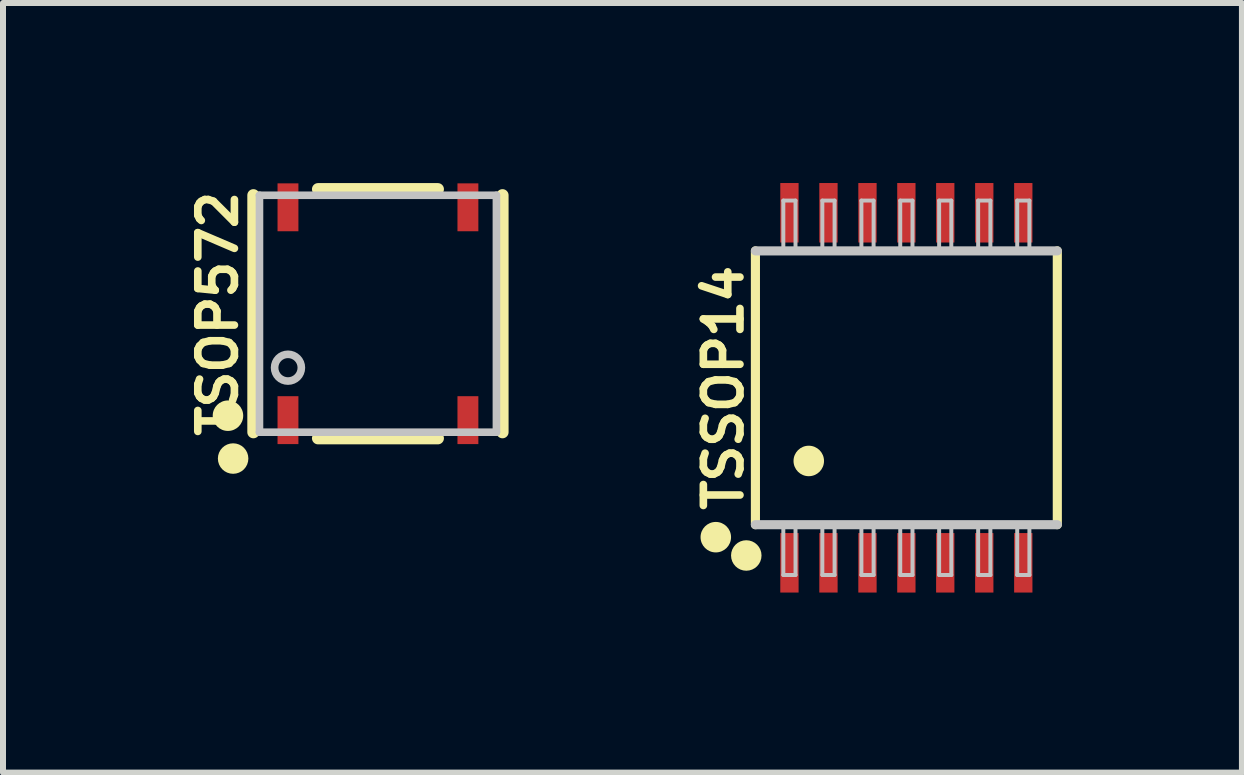
<source format=kicad_pcb>
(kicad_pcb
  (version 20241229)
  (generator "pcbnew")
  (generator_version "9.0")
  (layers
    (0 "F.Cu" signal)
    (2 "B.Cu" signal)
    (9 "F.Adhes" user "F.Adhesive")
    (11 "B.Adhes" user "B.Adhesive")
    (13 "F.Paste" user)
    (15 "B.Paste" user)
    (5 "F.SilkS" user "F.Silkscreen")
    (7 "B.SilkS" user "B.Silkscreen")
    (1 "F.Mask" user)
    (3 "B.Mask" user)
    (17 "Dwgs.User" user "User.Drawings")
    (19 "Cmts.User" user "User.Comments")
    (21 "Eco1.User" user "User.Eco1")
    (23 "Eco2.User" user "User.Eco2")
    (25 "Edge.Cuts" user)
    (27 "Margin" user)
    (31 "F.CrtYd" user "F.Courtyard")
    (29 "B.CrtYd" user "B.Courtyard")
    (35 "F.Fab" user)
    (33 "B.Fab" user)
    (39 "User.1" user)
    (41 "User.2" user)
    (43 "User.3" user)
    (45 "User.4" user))
  (footprint "TSSOP14"
    (layer "F.Cu")
    (at 12.051 3.411)
    (property "Reference" "TSSOP14" (at -3.048 0 90) (layer "F.SilkS") (effects (font (size 0.61 0.61) (thickness 0.127))))
    (attr smd)
    (fp_line (start -2.515 2.281) (end -2.515 -2.281) (stroke (width 0.152) (type solid)) (layer "F.SilkS"))
    (fp_line (start 2.515 -2.281) (end 2.515 2.281) (stroke (width 0.152) (type solid)) (layer "F.SilkS"))
    (fp_circle (center -3.175 2.489) (end -3.175 2.235) (stroke (width 0) (type solid)) (fill yes) (layer "F.SilkS"))
    (fp_circle (center -2.667 2.794) (end -2.54 2.794) (stroke (width 0.254) (type solid)) (fill no) (layer "F.SilkS"))
    (fp_circle (center -1.626 1.219) (end -1.626 0.965) (stroke (width 0) (type solid)) (fill yes) (layer "F.SilkS"))
    (fp_line (start -2.515 2.281) (end 2.515 2.281) (stroke (width 0.152) (type solid)) (layer "Dwgs.User"))
    (fp_line (start -2.05 -3.119) (end -1.847 -3.119) (stroke (width 0.066) (type solid)) (layer "Dwgs.User"))
    (fp_line (start -2.05 -2.281) (end -2.05 -3.119) (stroke (width 0.066) (type solid)) (layer "Dwgs.User"))
    (fp_line (start -2.05 -2.281) (end -1.847 -2.281) (stroke (width 0.066) (type solid)) (layer "Dwgs.User"))
    (fp_line (start -2.05 2.281) (end -1.847 2.281) (stroke (width 0.066) (type solid)) (layer "Dwgs.User"))
    (fp_line (start -2.05 3.119) (end -2.05 2.281) (stroke (width 0.066) (type solid)) (layer "Dwgs.User"))
    (fp_line (start -2.05 3.119) (end -1.847 3.119) (stroke (width 0.066) (type solid)) (layer "Dwgs.User"))
    (fp_line (start -1.847 -2.281) (end -1.847 -3.119) (stroke (width 0.066) (type solid)) (layer "Dwgs.User"))
    (fp_line (start -1.847 3.119) (end -1.847 2.281) (stroke (width 0.066) (type solid)) (layer "Dwgs.User"))
    (fp_line (start -1.4 -3.119) (end -1.196 -3.119) (stroke (width 0.066) (type solid)) (layer "Dwgs.User"))
    (fp_line (start -1.4 -2.281) (end -1.4 -3.119) (stroke (width 0.066) (type solid)) (layer "Dwgs.User"))
    (fp_line (start -1.4 -2.281) (end -1.196 -2.281) (stroke (width 0.066) (type solid)) (layer "Dwgs.User"))
    (fp_line (start -1.4 2.281) (end -1.196 2.281) (stroke (width 0.066) (type solid)) (layer "Dwgs.User"))
    (fp_line (start -1.4 3.119) (end -1.4 2.281) (stroke (width 0.066) (type solid)) (layer "Dwgs.User"))
    (fp_line (start -1.4 3.119) (end -1.196 3.119) (stroke (width 0.066) (type solid)) (layer "Dwgs.User"))
    (fp_line (start -1.196 -2.281) (end -1.196 -3.119) (stroke (width 0.066) (type solid)) (layer "Dwgs.User"))
    (fp_line (start -1.196 3.119) (end -1.196 2.281) (stroke (width 0.066) (type solid)) (layer "Dwgs.User"))
    (fp_line (start -0.749 -3.119) (end -0.546 -3.119) (stroke (width 0.066) (type solid)) (layer "Dwgs.User"))
    (fp_line (start -0.749 -2.281) (end -0.749 -3.119) (stroke (width 0.066) (type solid)) (layer "Dwgs.User"))
    (fp_line (start -0.749 -2.281) (end -0.546 -2.281) (stroke (width 0.066) (type solid)) (layer "Dwgs.User"))
    (fp_line (start -0.749 2.281) (end -0.546 2.281) (stroke (width 0.066) (type solid)) (layer "Dwgs.User"))
    (fp_line (start -0.749 3.119) (end -0.749 2.281) (stroke (width 0.066) (type solid)) (layer "Dwgs.User"))
    (fp_line (start -0.749 3.119) (end -0.546 3.119) (stroke (width 0.066) (type solid)) (layer "Dwgs.User"))
    (fp_line (start -0.546 -2.281) (end -0.546 -3.119) (stroke (width 0.066) (type solid)) (layer "Dwgs.User"))
    (fp_line (start -0.546 3.119) (end -0.546 2.281) (stroke (width 0.066) (type solid)) (layer "Dwgs.User"))
    (fp_line (start -0.102 -3.119) (end 0.102 -3.119) (stroke (width 0.066) (type solid)) (layer "Dwgs.User"))
    (fp_line (start -0.102 -2.281) (end -0.102 -3.119) (stroke (width 0.066) (type solid)) (layer "Dwgs.User"))
    (fp_line (start -0.102 -2.281) (end 0.102 -2.281) (stroke (width 0.066) (type solid)) (layer "Dwgs.User"))
    (fp_line (start -0.102 2.281) (end 0.102 2.281) (stroke (width 0.066) (type solid)) (layer "Dwgs.User"))
    (fp_line (start -0.102 3.119) (end -0.102 2.281) (stroke (width 0.066) (type solid)) (layer "Dwgs.User"))
    (fp_line (start -0.102 3.119) (end 0.102 3.119) (stroke (width 0.066) (type solid)) (layer "Dwgs.User"))
    (fp_line (start 0.102 -2.281) (end 0.102 -3.119) (stroke (width 0.066) (type solid)) (layer "Dwgs.User"))
    (fp_line (start 0.102 3.119) (end 0.102 2.281) (stroke (width 0.066) (type solid)) (layer "Dwgs.User"))
    (fp_line (start 0.546 -3.119) (end 0.749 -3.119) (stroke (width 0.066) (type solid)) (layer "Dwgs.User"))
    (fp_line (start 0.546 -2.281) (end 0.546 -3.119) (stroke (width 0.066) (type solid)) (layer "Dwgs.User"))
    (fp_line (start 0.546 -2.281) (end 0.749 -2.281) (stroke (width 0.066) (type solid)) (layer "Dwgs.User"))
    (fp_line (start 0.546 2.281) (end 0.749 2.281) (stroke (width 0.066) (type solid)) (layer "Dwgs.User"))
    (fp_line (start 0.546 3.119) (end 0.546 2.281) (stroke (width 0.066) (type solid)) (layer "Dwgs.User"))
    (fp_line (start 0.546 3.119) (end 0.749 3.119) (stroke (width 0.066) (type solid)) (layer "Dwgs.User"))
    (fp_line (start 0.749 -2.281) (end 0.749 -3.119) (stroke (width 0.066) (type solid)) (layer "Dwgs.User"))
    (fp_line (start 0.749 3.119) (end 0.749 2.281) (stroke (width 0.066) (type solid)) (layer "Dwgs.User"))
    (fp_line (start 1.196 -3.119) (end 1.4 -3.119) (stroke (width 0.066) (type solid)) (layer "Dwgs.User"))
    (fp_line (start 1.196 -2.281) (end 1.196 -3.119) (stroke (width 0.066) (type solid)) (layer "Dwgs.User"))
    (fp_line (start 1.196 -2.281) (end 1.4 -2.281) (stroke (width 0.066) (type solid)) (layer "Dwgs.User"))
    (fp_line (start 1.196 2.281) (end 1.4 2.281) (stroke (width 0.066) (type solid)) (layer "Dwgs.User"))
    (fp_line (start 1.196 3.119) (end 1.196 2.281) (stroke (width 0.066) (type solid)) (layer "Dwgs.User"))
    (fp_line (start 1.196 3.119) (end 1.4 3.119) (stroke (width 0.066) (type solid)) (layer "Dwgs.User"))
    (fp_line (start 1.4 -2.281) (end 1.4 -3.119) (stroke (width 0.066) (type solid)) (layer "Dwgs.User"))
    (fp_line (start 1.4 3.119) (end 1.4 2.281) (stroke (width 0.066) (type solid)) (layer "Dwgs.User"))
    (fp_line (start 1.847 -3.119) (end 2.05 -3.119) (stroke (width 0.066) (type solid)) (layer "Dwgs.User"))
    (fp_line (start 1.847 -2.281) (end 1.847 -3.119) (stroke (width 0.066) (type solid)) (layer "Dwgs.User"))
    (fp_line (start 1.847 -2.281) (end 2.05 -2.281) (stroke (width 0.066) (type solid)) (layer "Dwgs.User"))
    (fp_line (start 1.847 2.281) (end 2.05 2.281) (stroke (width 0.066) (type solid)) (layer "Dwgs.User"))
    (fp_line (start 1.847 3.119) (end 1.847 2.281) (stroke (width 0.066) (type solid)) (layer "Dwgs.User"))
    (fp_line (start 1.847 3.119) (end 2.05 3.119) (stroke (width 0.066) (type solid)) (layer "Dwgs.User"))
    (fp_line (start 2.05 -2.281) (end 2.05 -3.119) (stroke (width 0.066) (type solid)) (layer "Dwgs.User"))
    (fp_line (start 2.05 3.119) (end 2.05 2.281) (stroke (width 0.066) (type solid)) (layer "Dwgs.User"))
    (fp_line (start 2.515 -2.281) (end -2.515 -2.281) (stroke (width 0.152) (type solid)) (layer "Dwgs.User"))
    (pad "1" smd rect (at -1.948 2.916) (size 0.305 0.991) (layers "F.Cu" "F.Mask" "F.Paste"))
    (pad "2" smd rect (at -1.298 2.916) (size 0.305 0.991) (layers "F.Cu" "F.Mask" "F.Paste"))
    (pad "3" smd rect (at -0.648 2.916) (size 0.305 0.991) (layers "F.Cu" "F.Mask" "F.Paste"))
    (pad "4" smd rect (at 0 2.916) (size 0.305 0.991) (layers "F.Cu" "F.Mask" "F.Paste"))
    (pad "5" smd rect (at 0.648 2.916) (size 0.305 0.991) (layers "F.Cu" "F.Mask" "F.Paste"))
    (pad "6" smd rect (at 1.298 2.916) (size 0.305 0.991) (layers "F.Cu" "F.Mask" "F.Paste"))
    (pad "7" smd rect (at 1.948 2.916) (size 0.305 0.991) (layers "F.Cu" "F.Mask" "F.Paste"))
    (pad "8" smd rect (at 1.948 -2.916) (size 0.305 0.991) (layers "F.Cu" "F.Mask" "F.Paste"))
    (pad "9" smd rect (at 1.298 -2.916) (size 0.305 0.991) (layers "F.Cu" "F.Mask" "F.Paste"))
    (pad "10" smd rect (at 0.648 -2.916) (size 0.305 0.991) (layers "F.Cu" "F.Mask" "F.Paste"))
    (pad "11" smd rect (at 0 -2.916) (size 0.305 0.991) (layers "F.Cu" "F.Mask" "F.Paste"))
    (pad "12" smd rect (at -0.648 -2.916) (size 0.305 0.991) (layers "F.Cu" "F.Mask" "F.Paste"))
    (pad "13" smd rect (at -1.298 -2.916) (size 0.305 0.991) (layers "F.Cu" "F.Mask" "F.Paste"))
    (pad "14" smd rect (at -1.948 -2.916) (size 0.305 0.991) (layers "F.Cu" "F.Mask" "F.Paste")))
  (footprint "TSOP572"
    (layer "F.Cu")
    (at 3.247 2.177)
    (property "Reference" "TSOP572" (at -2.667 0 90) (layer "F.SilkS") (effects (font (size 0.61 0.61) (thickness 0.127))))
    (attr smd)
    (fp_line (start -2.075 -1.974) (end -2.075 1.974) (stroke (width 0.203) (type solid)) (layer "F.SilkS"))
    (fp_line (start 0.998 -2.075) (end -0.998 -2.075) (stroke (width 0.203) (type solid)) (layer "F.SilkS"))
    (fp_line (start 0.998 2.075) (end -0.998 2.075) (stroke (width 0.203) (type solid)) (layer "F.SilkS"))
    (fp_line (start 2.075 -1.974) (end 2.075 1.974) (stroke (width 0.203) (type solid)) (layer "F.SilkS"))
    (fp_circle (center -2.499 1.699) (end -2.499 1.445) (stroke (width 0) (type solid)) (fill yes) (layer "F.SilkS"))
    (fp_circle (center -2.413 2.413) (end -2.286 2.413) (stroke (width 0.254) (type solid)) (fill no) (layer "F.SilkS"))
    (fp_line (start -1.974 -1.974) (end -1.974 1.974) (stroke (width 0.127) (type solid)) (layer "Dwgs.User"))
    (fp_line (start -1.974 1.974) (end 1.974 1.974) (stroke (width 0.127) (type solid)) (layer "Dwgs.User"))
    (fp_line (start 1.974 -1.974) (end -1.974 -1.974) (stroke (width 0.127) (type solid)) (layer "Dwgs.User"))
    (fp_line (start 1.974 1.974) (end 1.974 -1.974) (stroke (width 0.127) (type solid)) (layer "Dwgs.User"))
    (fp_circle (center -1.499 0.899) (end -1.499 0.676) (stroke (width 0.127) (type solid)) (fill no) (layer "Dwgs.User"))
    (pad "1" smd rect (at -1.499 1.773 90) (size 0.798 0.348) (layers "F.Cu" "F.Mask" "F.Paste"))
    (pad "5" smd rect (at 1.499 1.773 90) (size 0.798 0.348) (layers "F.Cu" "F.Mask" "F.Paste"))
    (pad "6" smd rect (at 1.499 -1.773 90) (size 0.798 0.348) (layers "F.Cu" "F.Mask" "F.Paste"))
    (pad "8" smd rect (at -1.499 -1.773 90) (size 0.798 0.348) (layers "F.Cu" "F.Mask" "F.Paste")))
  (gr_rect
    (start -3 -3)
    (end 17.642 9.822)
    (stroke (width 0.1) (type default))
    (fill no)
    (layer "Edge.Cuts")))
</source>
